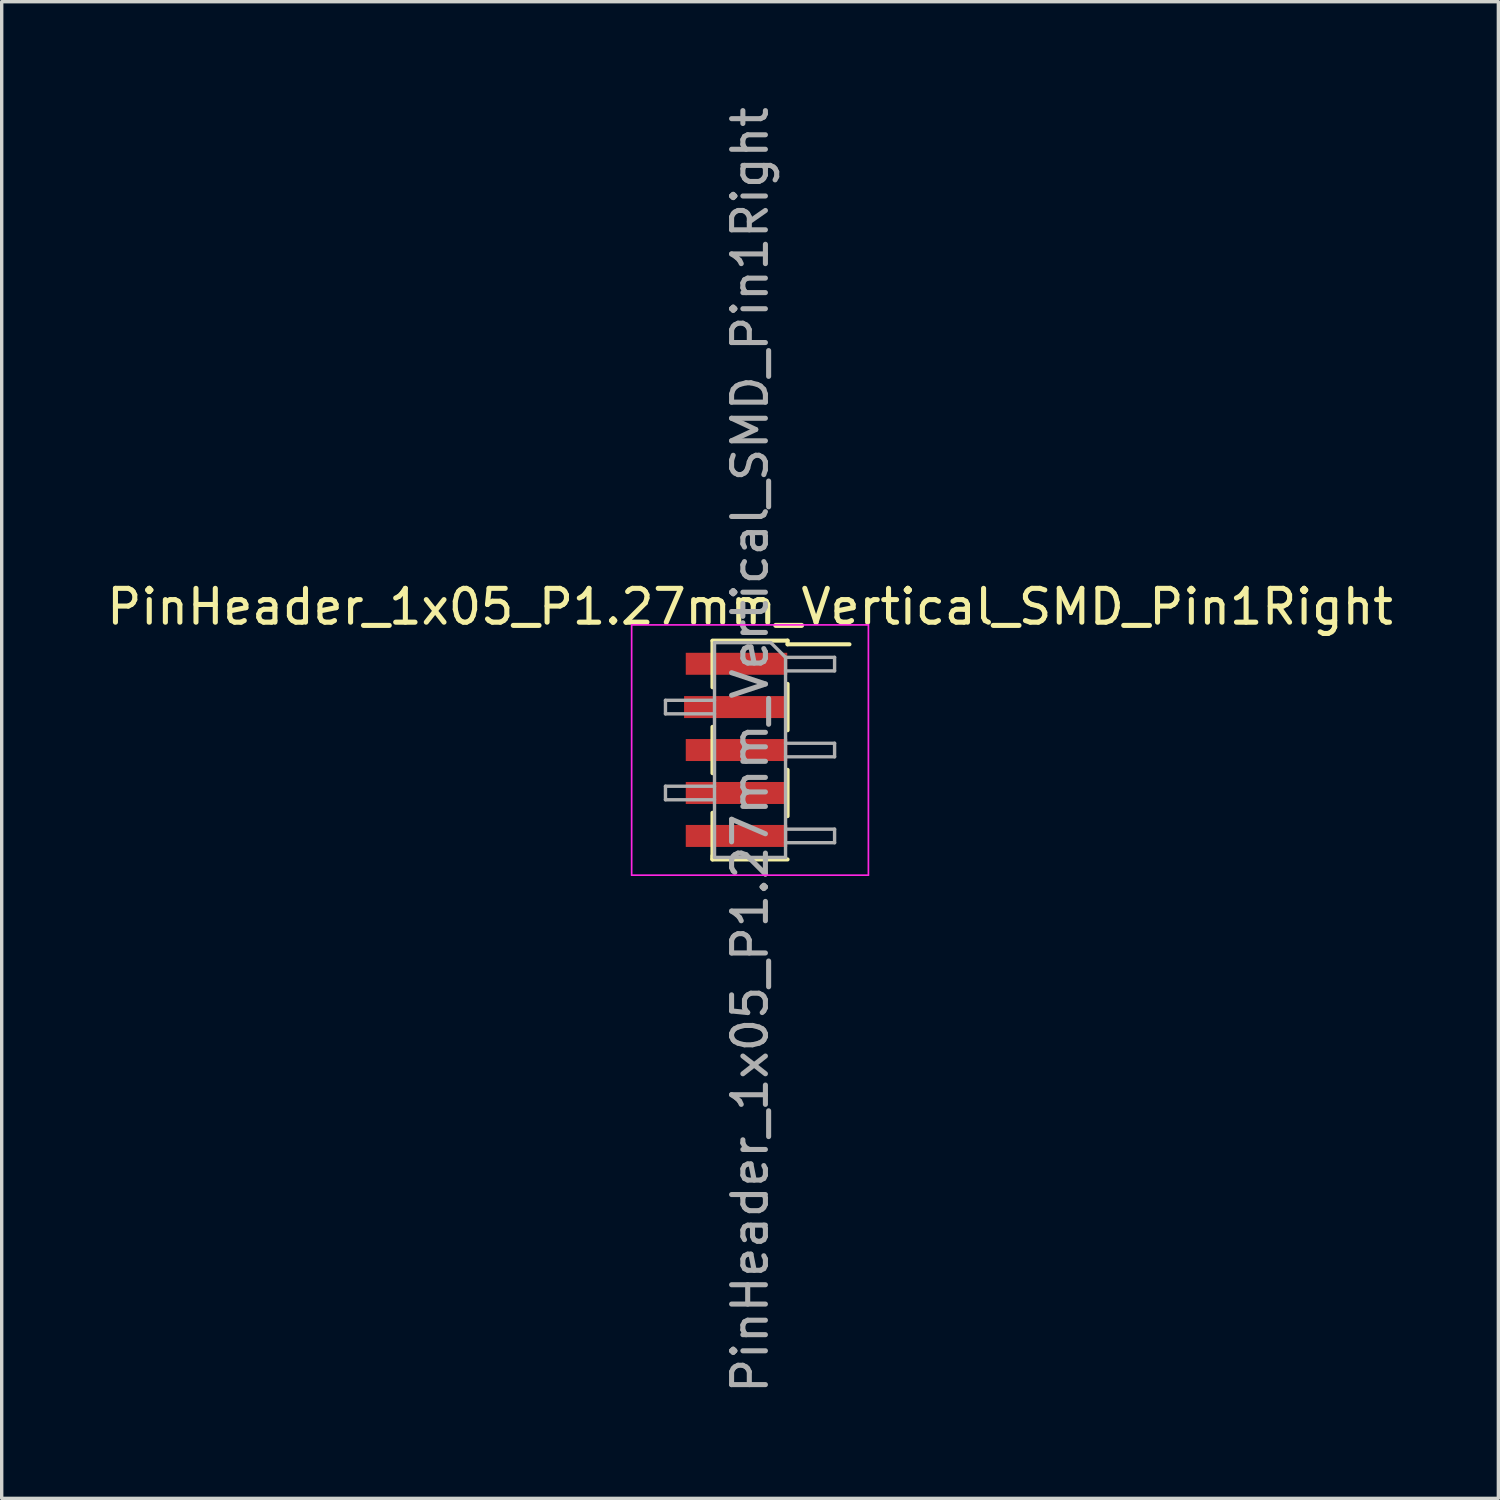
<source format=kicad_pcb>
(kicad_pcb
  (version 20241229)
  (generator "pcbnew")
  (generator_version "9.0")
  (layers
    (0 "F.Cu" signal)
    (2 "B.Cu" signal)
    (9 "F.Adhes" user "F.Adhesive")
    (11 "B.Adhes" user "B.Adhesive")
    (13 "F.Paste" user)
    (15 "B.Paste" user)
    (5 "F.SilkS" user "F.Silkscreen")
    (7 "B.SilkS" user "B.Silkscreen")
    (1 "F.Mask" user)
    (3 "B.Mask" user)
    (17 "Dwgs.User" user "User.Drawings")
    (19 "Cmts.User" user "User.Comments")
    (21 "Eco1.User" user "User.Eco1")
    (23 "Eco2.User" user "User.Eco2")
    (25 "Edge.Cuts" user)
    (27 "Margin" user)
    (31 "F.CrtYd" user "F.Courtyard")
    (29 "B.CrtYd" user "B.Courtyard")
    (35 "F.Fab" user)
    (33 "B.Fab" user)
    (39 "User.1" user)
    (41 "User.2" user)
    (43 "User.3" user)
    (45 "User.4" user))
  (footprint "PinHeader_1x05_P1.27mm_Vertical_SMD_Pin1Right"
    (layer "F.Cu")
    (at 19.125 19.125)
    (property "Reference" "PinHeader_1x05_P1.27mm_Vertical_SMD_Pin1Right" (at 0 -4.235 0) (layer "F.SilkS") (effects (font (size 1 1) (thickness 0.15))))
    (attr smd)
    (fp_line (start -1.11 -3.235) (end 1.11 -3.235) (stroke (width 0.12) (type solid)) (layer "F.SilkS"))
    (fp_line (start -1.11 -3.225) (end -1.11 -1.855) (stroke (width 0.12) (type solid)) (layer "F.SilkS"))
    (fp_line (start -1.11 -0.685) (end -1.11 0.685) (stroke (width 0.12) (type solid)) (layer "F.SilkS"))
    (fp_line (start -1.11 1.855) (end -1.11 3.225) (stroke (width 0.12) (type solid)) (layer "F.SilkS"))
    (fp_line (start -1.11 3.125) (end -1.11 3.235) (stroke (width 0.12) (type solid)) (layer "F.SilkS"))
    (fp_line (start -1.11 3.235) (end 1.11 3.235) (stroke (width 0.12) (type solid)) (layer "F.SilkS"))
    (fp_line (start 1.11 -3.235) (end 1.11 -3.125) (stroke (width 0.12) (type solid)) (layer "F.SilkS"))
    (fp_line (start 1.11 -3.125) (end 2.94 -3.125) (stroke (width 0.12) (type solid)) (layer "F.SilkS"))
    (fp_line (start 1.11 -1.955) (end 1.11 -0.585) (stroke (width 0.12) (type solid)) (layer "F.SilkS"))
    (fp_line (start 1.11 0.585) (end 1.11 1.955) (stroke (width 0.12) (type solid)) (layer "F.SilkS"))
    (fp_line (start -3.5 -3.7) (end -3.5 3.7) (stroke (width 0.05) (type solid)) (layer "F.CrtYd"))
    (fp_line (start -3.5 3.7) (end 3.5 3.7) (stroke (width 0.05) (type solid)) (layer "F.CrtYd"))
    (fp_line (start 3.5 -3.7) (end -3.5 -3.7) (stroke (width 0.05) (type solid)) (layer "F.CrtYd"))
    (fp_line (start 3.5 3.7) (end 3.5 -3.7) (stroke (width 0.05) (type solid)) (layer "F.CrtYd"))
    (fp_line (start -2.5 -1.47) (end -2.5 -1.07) (stroke (width 0.1) (type solid)) (layer "F.Fab"))
    (fp_line (start -2.5 -1.07) (end -1.05 -1.07) (stroke (width 0.1) (type solid)) (layer "F.Fab"))
    (fp_line (start -2.5 1.07) (end -2.5 1.47) (stroke (width 0.1) (type solid)) (layer "F.Fab"))
    (fp_line (start -2.5 1.47) (end -1.05 1.47) (stroke (width 0.1) (type solid)) (layer "F.Fab"))
    (fp_line (start -1.05 -3.175) (end -1.05 3.175) (stroke (width 0.1) (type solid)) (layer "F.Fab"))
    (fp_line (start -1.05 -3.175) (end 0.615 -3.175) (stroke (width 0.1) (type solid)) (layer "F.Fab"))
    (fp_line (start -1.05 -1.47) (end -2.5 -1.47) (stroke (width 0.1) (type solid)) (layer "F.Fab"))
    (fp_line (start -1.05 1.07) (end -2.5 1.07) (stroke (width 0.1) (type solid)) (layer "F.Fab"))
    (fp_line (start 1.05 -2.74) (end 0.615 -3.175) (stroke (width 0.1) (type solid)) (layer "F.Fab"))
    (fp_line (start 1.05 -2.74) (end 2.5 -2.74) (stroke (width 0.1) (type solid)) (layer "F.Fab"))
    (fp_line (start 1.05 -0.2) (end 2.5 -0.2) (stroke (width 0.1) (type solid)) (layer "F.Fab"))
    (fp_line (start 1.05 2.34) (end 2.5 2.34) (stroke (width 0.1) (type solid)) (layer "F.Fab"))
    (fp_line (start 1.05 3.175) (end -1.05 3.175) (stroke (width 0.1) (type solid)) (layer "F.Fab"))
    (fp_line (start 1.05 3.175) (end 1.05 -2.74) (stroke (width 0.1) (type solid)) (layer "F.Fab"))
    (fp_line (start 2.5 -2.74) (end 2.5 -2.34) (stroke (width 0.1) (type solid)) (layer "F.Fab"))
    (fp_line (start 2.5 -2.34) (end 1.05 -2.34) (stroke (width 0.1) (type solid)) (layer "F.Fab"))
    (fp_line (start 2.5 -0.2) (end 2.5 0.2) (stroke (width 0.1) (type solid)) (layer "F.Fab"))
    (fp_line (start 2.5 0.2) (end 1.05 0.2) (stroke (width 0.1) (type solid)) (layer "F.Fab"))
    (fp_line (start 2.5 2.34) (end 2.5 2.74) (stroke (width 0.1) (type solid)) (layer "F.Fab"))
    (fp_line (start 2.5 2.74) (end 1.05 2.74) (stroke (width 0.1) (type solid)) (layer "F.Fab"))
    (fp_text user "${REFERENCE}" (at 0 0 90) (layer "F.Fab") (effects (font (size 1 1) (thickness 0.15))))
    (pad "1" smd rect (at -0.4 -2.55) (size 3 0.65) (layers "F.Cu" "F.Mask" "F.Paste"))
    (pad "2" smd rect (at -0.45 -1.27) (size 3 0.65) (layers "F.Cu" "F.Mask" "F.Paste"))
    (pad "3" smd rect (at -0.4 0) (size 3 0.65) (layers "F.Cu" "F.Mask" "F.Paste"))
    (pad "4" smd rect (at -0.4 1.27) (size 3 0.65) (layers "F.Cu" "F.Mask" "F.Paste"))
    (pad "5" smd rect (at -0.4 2.54) (size 3 0.65) (layers "F.Cu" "F.Mask" "F.Paste")))
  (gr_rect
    (start -3 -3)
    (end 41.25 41.25)
    (stroke (width 0.1) (type default))
    (fill no)
    (layer "Edge.Cuts")))
</source>
